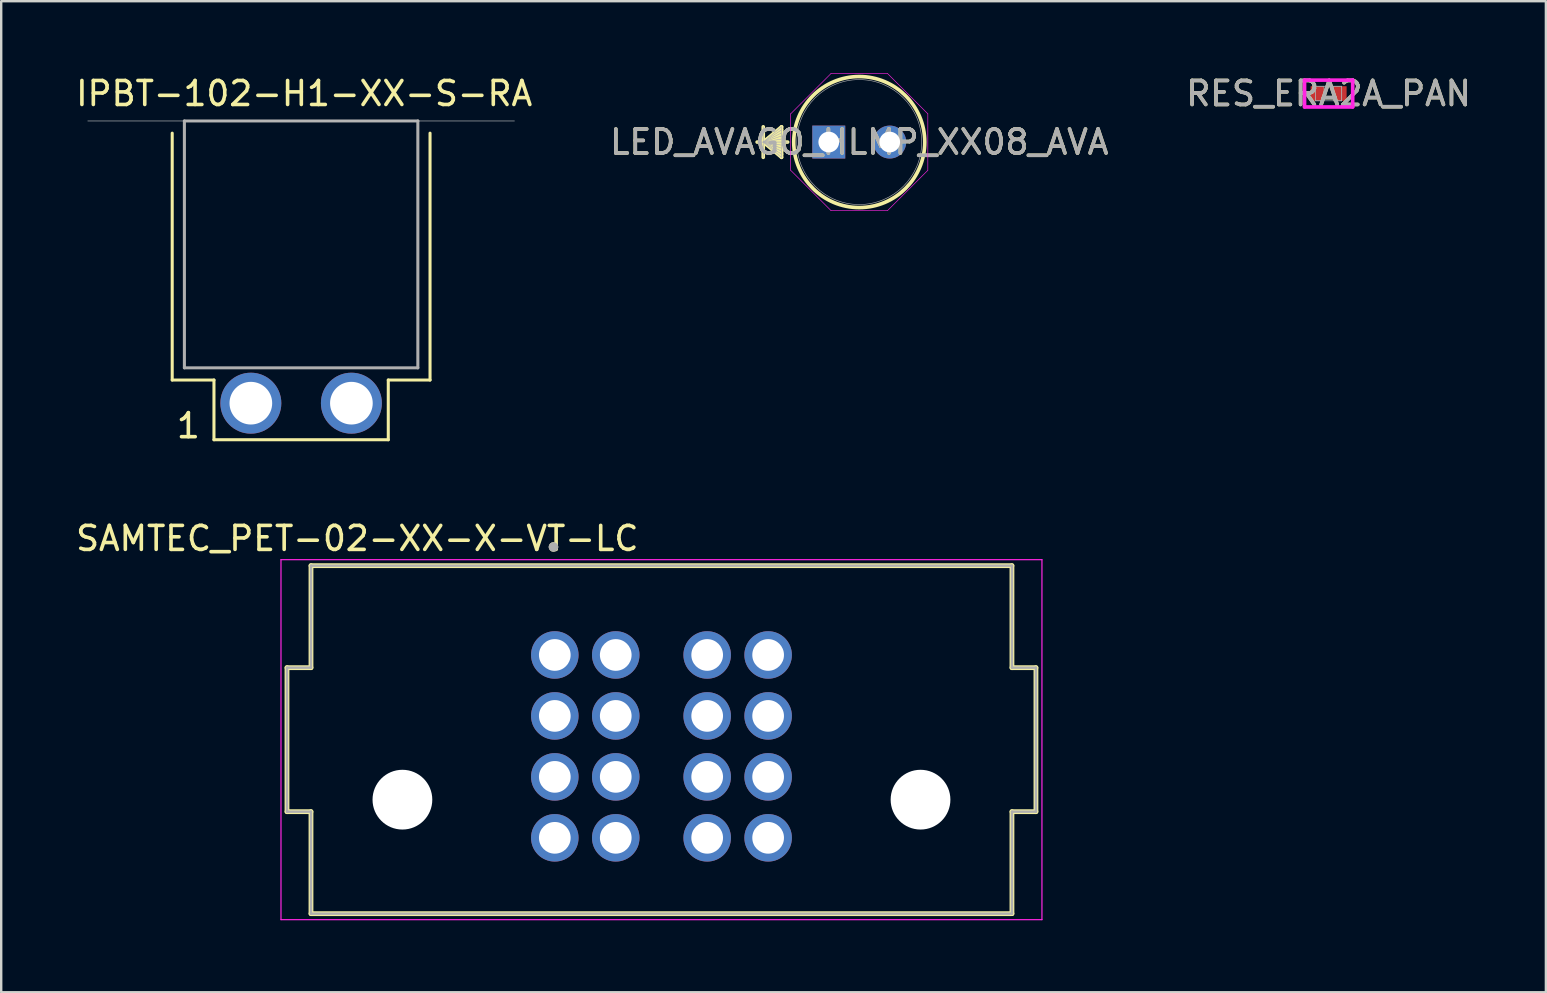
<source format=kicad_pcb>
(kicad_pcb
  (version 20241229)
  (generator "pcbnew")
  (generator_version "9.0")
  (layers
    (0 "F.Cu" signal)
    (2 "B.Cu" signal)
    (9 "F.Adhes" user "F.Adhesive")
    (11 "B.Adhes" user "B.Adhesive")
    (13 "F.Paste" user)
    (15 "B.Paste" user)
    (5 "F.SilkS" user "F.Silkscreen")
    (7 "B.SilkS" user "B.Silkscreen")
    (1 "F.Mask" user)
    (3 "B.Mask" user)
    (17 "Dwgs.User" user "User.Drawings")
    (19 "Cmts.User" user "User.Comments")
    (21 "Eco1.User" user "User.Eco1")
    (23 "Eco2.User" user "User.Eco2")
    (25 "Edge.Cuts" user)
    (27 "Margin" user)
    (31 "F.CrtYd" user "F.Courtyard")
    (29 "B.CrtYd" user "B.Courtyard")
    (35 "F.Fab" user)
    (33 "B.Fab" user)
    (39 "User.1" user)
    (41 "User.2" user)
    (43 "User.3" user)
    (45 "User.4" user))
  (footprint "SAMTEC_PET-02-XX-X-VT-LC"
    (layer "F.Cu")
    (at 24.514 27.773)
    (property "Reference" "SAMTEC_PET-02-XX-X-VT-LC" (at -12.675 -8.385 0) (layer "F.SilkS") (effects (font (size 1 1) (thickness 0.15))))
    (attr through_hole)
    (fp_line (start -15.605 -3) (end -15.605 3) (stroke (width 0.2) (type solid)) (layer "F.SilkS"))
    (fp_line (start -15.605 3) (end -14.605 3) (stroke (width 0.2) (type solid)) (layer "F.SilkS"))
    (fp_line (start -14.605 -7.25) (end -14.605 -3) (stroke (width 0.2) (type solid)) (layer "F.SilkS"))
    (fp_line (start -14.605 -3) (end -15.605 -3) (stroke (width 0.2) (type solid)) (layer "F.SilkS"))
    (fp_line (start -14.605 3) (end -14.605 7.25) (stroke (width 0.2) (type solid)) (layer "F.SilkS"))
    (fp_line (start -14.605 7.25) (end 14.605 7.25) (stroke (width 0.2) (type solid)) (layer "F.SilkS"))
    (fp_line (start 14.605 -7.25) (end -14.605 -7.25) (stroke (width 0.2) (type solid)) (layer "F.SilkS"))
    (fp_line (start 14.605 -3) (end 14.605 -7.25) (stroke (width 0.2) (type solid)) (layer "F.SilkS"))
    (fp_line (start 14.605 3) (end 15.605 3) (stroke (width 0.2) (type solid)) (layer "F.SilkS"))
    (fp_line (start 14.605 7.25) (end 14.605 3) (stroke (width 0.2) (type solid)) (layer "F.SilkS"))
    (fp_line (start 15.605 -3) (end 14.605 -3) (stroke (width 0.2) (type solid)) (layer "F.SilkS"))
    (fp_line (start 15.605 3) (end 15.605 -3) (stroke (width 0.2) (type solid)) (layer "F.SilkS"))
    (fp_circle (center -4.5 -8.03) (end -4.4 -8.03) (stroke (width 0.2) (type solid)) (fill no) (layer "F.SilkS"))
    (fp_line (start -15.855 -7.5) (end 15.855 -7.5) (stroke (width 0.05) (type solid)) (layer "F.CrtYd"))
    (fp_line (start -15.855 7.5) (end -15.855 -7.5) (stroke (width 0.05) (type solid)) (layer "F.CrtYd"))
    (fp_line (start 15.855 -7.5) (end 15.855 7.5) (stroke (width 0.05) (type solid)) (layer "F.CrtYd"))
    (fp_line (start 15.855 7.5) (end -15.855 7.5) (stroke (width 0.05) (type solid)) (layer "F.CrtYd"))
    (fp_line (start -15.605 -3) (end -14.605 -3) (stroke (width 0.1) (type solid)) (layer "F.Fab"))
    (fp_line (start -15.605 3) (end -15.605 -3) (stroke (width 0.1) (type solid)) (layer "F.Fab"))
    (fp_line (start -14.605 -7.25) (end 14.605 -7.25) (stroke (width 0.1) (type solid)) (layer "F.Fab"))
    (fp_line (start -14.605 -3) (end -14.605 -7.25) (stroke (width 0.1) (type solid)) (layer "F.Fab"))
    (fp_line (start -14.605 3) (end -15.605 3) (stroke (width 0.1) (type solid)) (layer "F.Fab"))
    (fp_line (start -14.605 7.25) (end -14.605 3) (stroke (width 0.1) (type solid)) (layer "F.Fab"))
    (fp_line (start 14.605 -7.25) (end 14.605 -3) (stroke (width 0.1) (type solid)) (layer "F.Fab"))
    (fp_line (start 14.605 -3) (end 15.605 -3) (stroke (width 0.1) (type solid)) (layer "F.Fab"))
    (fp_line (start 14.605 3) (end 14.605 7.25) (stroke (width 0.1) (type solid)) (layer "F.Fab"))
    (fp_line (start 14.605 7.25) (end -14.605 7.25) (stroke (width 0.1) (type solid)) (layer "F.Fab"))
    (fp_line (start 15.605 -3) (end 15.605 3) (stroke (width 0.1) (type solid)) (layer "F.Fab"))
    (fp_line (start 15.605 3) (end 14.605 3) (stroke (width 0.1) (type solid)) (layer "F.Fab"))
    (fp_circle (center -4.5 -8.03) (end -4.4 -8.03) (stroke (width 0.2) (type solid)) (fill no) (layer "F.Fab"))
    (pad "" np_thru_hole circle (at -10.795 2.5) (size 2.49 2.49) (drill 2.49) (layers "*.Cu" "*.Mask"))
    (pad "" np_thru_hole circle (at 10.795 2.5) (size 2.49 2.49) (drill 2.49) (layers "*.Cu" "*.Mask"))
    (pad "01_1" thru_hole circle (at -4.445 -3.53) (size 1.98 1.98) (drill 1.32) (layers "*.Cu" "*.Mask"))
    (pad "01_2" thru_hole circle (at -1.905 -3.53) (size 1.98 1.98) (drill 1.32) (layers "*.Cu" "*.Mask"))
    (pad "01_3" thru_hole circle (at -4.445 -0.99) (size 1.98 1.98) (drill 1.32) (layers "*.Cu" "*.Mask"))
    (pad "01_4" thru_hole circle (at -1.905 -0.99) (size 1.98 1.98) (drill 1.32) (layers "*.Cu" "*.Mask"))
    (pad "01_5" thru_hole circle (at -4.445 1.55) (size 1.98 1.98) (drill 1.32) (layers "*.Cu" "*.Mask"))
    (pad "01_6" thru_hole circle (at -1.905 1.55) (size 1.98 1.98) (drill 1.32) (layers "*.Cu" "*.Mask"))
    (pad "01_7" thru_hole circle (at -4.445 4.09) (size 1.98 1.98) (drill 1.32) (layers "*.Cu" "*.Mask"))
    (pad "01_8" thru_hole circle (at -1.905 4.09) (size 1.98 1.98) (drill 1.32) (layers "*.Cu" "*.Mask"))
    (pad "02_1" thru_hole circle (at 1.905 -3.53) (size 1.98 1.98) (drill 1.32) (layers "*.Cu" "*.Mask"))
    (pad "02_2" thru_hole circle (at 4.445 -3.53) (size 1.98 1.98) (drill 1.32) (layers "*.Cu" "*.Mask"))
    (pad "02_3" thru_hole circle (at 1.905 -0.99) (size 1.98 1.98) (drill 1.32) (layers "*.Cu" "*.Mask"))
    (pad "02_4" thru_hole circle (at 4.445 -0.99) (size 1.98 1.98) (drill 1.32) (layers "*.Cu" "*.Mask"))
    (pad "02_5" thru_hole circle (at 1.905 1.55) (size 1.98 1.98) (drill 1.32) (layers "*.Cu" "*.Mask"))
    (pad "02_6" thru_hole circle (at 4.445 1.55) (size 1.98 1.98) (drill 1.32) (layers "*.Cu" "*.Mask"))
    (pad "02_7" thru_hole circle (at 1.905 4.09) (size 1.98 1.98) (drill 1.32) (layers "*.Cu" "*.Mask"))
    (pad "02_8" thru_hole circle (at 4.445 4.09) (size 1.98 1.98) (drill 1.32) (layers "*.Cu" "*.Mask")))
  (footprint "LED_AVAGO_HLMP_XX08_AVA"
    (layer "F.Cu")
    (at 31.486 2.87)
    (property "Reference" "LED_AVAGO_HLMP_XX08_AVA" (at 1.27 0 0) (unlocked yes) (layer "F.SilkS") (effects (font (size 1 1) (thickness 0.15))))
    (attr through_hole)
    (fp_line (start -2.731 -0.635) (end -2.731 0.635) (stroke (width 0.152) (type solid)) (layer "F.SilkS"))
    (fp_line (start -2.731 0) (end -1.968 -0.635) (stroke (width 0.152) (type solid)) (layer "F.SilkS"))
    (fp_line (start -2.731 0) (end -1.968 -0.508) (stroke (width 0.152) (type solid)) (layer "F.SilkS"))
    (fp_line (start -2.731 0) (end -1.968 -0.381) (stroke (width 0.152) (type solid)) (layer "F.SilkS"))
    (fp_line (start -2.731 0) (end -1.968 -0.254) (stroke (width 0.152) (type solid)) (layer "F.SilkS"))
    (fp_line (start -2.731 0) (end -1.968 -0.127) (stroke (width 0.152) (type solid)) (layer "F.SilkS"))
    (fp_line (start -2.731 0) (end -1.968 0.127) (stroke (width 0.152) (type solid)) (layer "F.SilkS"))
    (fp_line (start -2.731 0) (end -1.968 0.254) (stroke (width 0.152) (type solid)) (layer "F.SilkS"))
    (fp_line (start -2.731 0) (end -1.968 0.381) (stroke (width 0.152) (type solid)) (layer "F.SilkS"))
    (fp_line (start -2.731 0) (end -1.968 0.508) (stroke (width 0.152) (type solid)) (layer "F.SilkS"))
    (fp_line (start -2.731 0) (end -1.968 0.635) (stroke (width 0.152) (type solid)) (layer "F.SilkS"))
    (fp_line (start -1.968 -0.635) (end -1.968 0.635) (stroke (width 0.152) (type solid)) (layer "F.SilkS"))
    (fp_line (start -1.714 0) (end -2.985 0) (stroke (width 0.152) (type solid)) (layer "F.SilkS"))
    (fp_circle (center 1.27 0) (end 4 0) (stroke (width 0.152) (type solid)) (fill no) (layer "F.SilkS"))
    (fp_line (start -1.587 -1.177) (end 0.093 -2.857) (stroke (width 0.025) (type solid)) (layer "F.CrtYd"))
    (fp_line (start -1.587 1.177) (end -1.587 -1.177) (stroke (width 0.025) (type solid)) (layer "F.CrtYd"))
    (fp_line (start 0.093 -2.857) (end 2.447 -2.857) (stroke (width 0.025) (type solid)) (layer "F.CrtYd"))
    (fp_line (start 0.093 2.857) (end -1.587 1.177) (stroke (width 0.025) (type solid)) (layer "F.CrtYd"))
    (fp_line (start 2.447 -2.857) (end 4.128 -1.177) (stroke (width 0.025) (type solid)) (layer "F.CrtYd"))
    (fp_line (start 2.447 2.857) (end 0.093 2.857) (stroke (width 0.025) (type solid)) (layer "F.CrtYd"))
    (fp_line (start 4.128 -1.177) (end 4.128 1.177) (stroke (width 0.025) (type solid)) (layer "F.CrtYd"))
    (fp_line (start 4.128 1.177) (end 2.447 2.857) (stroke (width 0.025) (type solid)) (layer "F.CrtYd"))
    (fp_line (start -2.731 -0.635) (end -2.731 0.635) (stroke (width 0.025) (type solid)) (layer "F.Fab"))
    (fp_line (start -2.731 0) (end -1.968 -0.635) (stroke (width 0.025) (type solid)) (layer "F.Fab"))
    (fp_line (start -2.731 0) (end -1.968 -0.508) (stroke (width 0.025) (type solid)) (layer "F.Fab"))
    (fp_line (start -2.731 0) (end -1.968 -0.381) (stroke (width 0.025) (type solid)) (layer "F.Fab"))
    (fp_line (start -2.731 0) (end -1.968 -0.254) (stroke (width 0.025) (type solid)) (layer "F.Fab"))
    (fp_line (start -2.731 0) (end -1.968 -0.127) (stroke (width 0.025) (type solid)) (layer "F.Fab"))
    (fp_line (start -2.731 0) (end -1.968 0.127) (stroke (width 0.025) (type solid)) (layer "F.Fab"))
    (fp_line (start -2.731 0) (end -1.968 0.254) (stroke (width 0.025) (type solid)) (layer "F.Fab"))
    (fp_line (start -2.731 0) (end -1.968 0.381) (stroke (width 0.025) (type solid)) (layer "F.Fab"))
    (fp_line (start -2.731 0) (end -1.968 0.508) (stroke (width 0.025) (type solid)) (layer "F.Fab"))
    (fp_line (start -2.731 0) (end -1.968 0.635) (stroke (width 0.025) (type solid)) (layer "F.Fab"))
    (fp_line (start -1.968 -0.635) (end -1.968 0.635) (stroke (width 0.025) (type solid)) (layer "F.Fab"))
    (fp_line (start -1.714 0) (end -2.985 0) (stroke (width 0.025) (type solid)) (layer "F.Fab"))
    (fp_circle (center 1.27 0) (end 3.873 0) (stroke (width 0.025) (type solid)) (fill no) (layer "F.Fab"))
    (fp_text user "${REFERENCE}" (at 1.27 0 0) (unlocked yes) (layer "F.Fab") (effects (font (size 1 1) (thickness 0.15))))
    (pad "1" thru_hole rect (at 0 0) (size 1.372 1.372) (drill 0.864) (layers "*.Cu" "*.Mask"))
    (pad "2" thru_hole circle (at 2.54 0) (size 1.372 1.372) (drill 0.864) (layers "*.Cu" "*.Mask")))
  (footprint "IPBT-102-H1-XX-S-RA"
    (layer "F.Cu")
    (at 9.498 1.991)
    (property "Reference" "IPBT-102-H1-XX-S-RA" (at 0.127 -1.143 0) (layer "F.SilkS") (effects (font (size 1 1) (thickness 0.15))))
    (attr through_hole)
    (fp_line (start -5.372 0.508) (end -5.372 10.795) (stroke (width 0.127) (type solid)) (layer "F.SilkS"))
    (fp_line (start -5.372 10.795) (end -3.632 10.795) (stroke (width 0.127) (type solid)) (layer "F.SilkS"))
    (fp_line (start -3.632 10.795) (end -3.632 13.284) (stroke (width 0.127) (type solid)) (layer "F.SilkS"))
    (fp_line (start -3.632 13.284) (end 3.632 13.284) (stroke (width 0.127) (type solid)) (layer "F.SilkS"))
    (fp_line (start 3.632 10.795) (end 5.372 10.795) (stroke (width 0.127) (type solid)) (layer "F.SilkS"))
    (fp_line (start 3.632 13.284) (end 3.632 10.795) (stroke (width 0.127) (type solid)) (layer "F.SilkS"))
    (fp_line (start 5.372 10.795) (end 5.372 0.508) (stroke (width 0.127) (type solid)) (layer "F.SilkS"))
    (fp_line (start -8.89 0) (end 8.89 0) (stroke (width 0.025) (type solid)) (layer "Dwgs.User"))
    (fp_line (start -4.864 0) (end 4.864 0) (stroke (width 0.127) (type solid)) (layer "F.Fab"))
    (fp_line (start -4.864 10.287) (end -4.864 0) (stroke (width 0.127) (type solid)) (layer "F.Fab"))
    (fp_line (start 4.864 0) (end 4.864 10.287) (stroke (width 0.127) (type solid)) (layer "F.Fab"))
    (fp_line (start 4.864 10.287) (end -4.864 10.287) (stroke (width 0.127) (type solid)) (layer "F.Fab"))
    (fp_text user "1" (at -4.699 12.7 0) (layer "F.SilkS") (effects (font (size 1 1) (thickness 0.15))))
    (pad "1" thru_hole circle (at -2.095 11.76) (size 2.54 2.54) (drill 1.778) (layers "*.Cu" "*.Mask"))
    (pad "2" thru_hole circle (at 2.095 11.76) (size 2.54 2.54) (drill 1.778) (layers "*.Cu" "*.Mask")))
  (footprint "RES_ERA2A_PAN"
    (layer "F.Cu")
    (at 52.315 0.848)
    (property "Reference" "RES_ERA2A_PAN" (at 0 0 0) (unlocked yes) (layer "F.SilkS") (effects (font (size 1 1) (thickness 0.15))))
    (attr smd)
    (fp_line (start -1.003 -0.559) (end 1.003 -0.559) (stroke (width 0.152) (type solid)) (layer "F.CrtYd"))
    (fp_line (start -1.003 0.559) (end -1.003 -0.559) (stroke (width 0.152) (type solid)) (layer "F.CrtYd"))
    (fp_line (start 1.003 -0.559) (end 1.003 0.559) (stroke (width 0.152) (type solid)) (layer "F.CrtYd"))
    (fp_line (start 1.003 0.559) (end -1.003 0.559) (stroke (width 0.152) (type solid)) (layer "F.CrtYd"))
    (fp_line (start -0.546 -0.305) (end -0.546 0.305) (stroke (width 0.025) (type solid)) (layer "F.Fab"))
    (fp_line (start -0.546 -0.305) (end -0.546 0.305) (stroke (width 0.025) (type solid)) (layer "F.Fab"))
    (fp_line (start -0.546 0.305) (end -0.191 0.305) (stroke (width 0.025) (type solid)) (layer "F.Fab"))
    (fp_line (start -0.546 0.305) (end 0.546 0.305) (stroke (width 0.025) (type solid)) (layer "F.Fab"))
    (fp_line (start -0.191 -0.305) (end -0.546 -0.305) (stroke (width 0.025) (type solid)) (layer "F.Fab"))
    (fp_line (start -0.191 0.305) (end -0.191 -0.305) (stroke (width 0.025) (type solid)) (layer "F.Fab"))
    (fp_line (start 0.191 -0.305) (end 0.191 0.305) (stroke (width 0.025) (type solid)) (layer "F.Fab"))
    (fp_line (start 0.191 0.305) (end 0.546 0.305) (stroke (width 0.025) (type solid)) (layer "F.Fab"))
    (fp_line (start 0.546 -0.305) (end -0.546 -0.305) (stroke (width 0.025) (type solid)) (layer "F.Fab"))
    (fp_line (start 0.546 -0.305) (end 0.191 -0.305) (stroke (width 0.025) (type solid)) (layer "F.Fab"))
    (fp_line (start 0.546 0.305) (end 0.546 -0.305) (stroke (width 0.025) (type solid)) (layer "F.Fab"))
    (fp_line (start 0.546 0.305) (end 0.546 -0.305) (stroke (width 0.025) (type solid)) (layer "F.Fab"))
    (fp_text user "${REFERENCE}" (at 0 0 0) (unlocked yes) (layer "F.Fab") (effects (font (size 1 1) (thickness 0.15))))
    (pad "1" smd rect (at -0.47 0) (size 0.559 0.61) (layers "F.Cu" "F.Mask" "F.Paste"))
    (pad "2" smd rect (at 0.47 0) (size 0.559 0.61) (layers "F.Cu" "F.Mask" "F.Paste"))
    (zone (net_name "") (layer "F.Cu") (hatch full 0.508) (connect_pads) (min_thickness 0.254) (filled_areas_thickness no) (keepout (tracks not_allowed) (vias not_allowed) (pads allowed) (copperpour not_allowed) (footprints allowed)) (placement (enabled no)) (fill) (polygon (pts (xy 52.176 0.594) (xy 52.455 0.594) (xy 52.455 1.102) (xy 52.176 1.102)))))
  (gr_rect
    (start -3 -3)
    (end 61.369 38.298)
    (stroke (width 0.1) (type default))
    (fill no)
    (layer "Edge.Cuts")))
</source>
